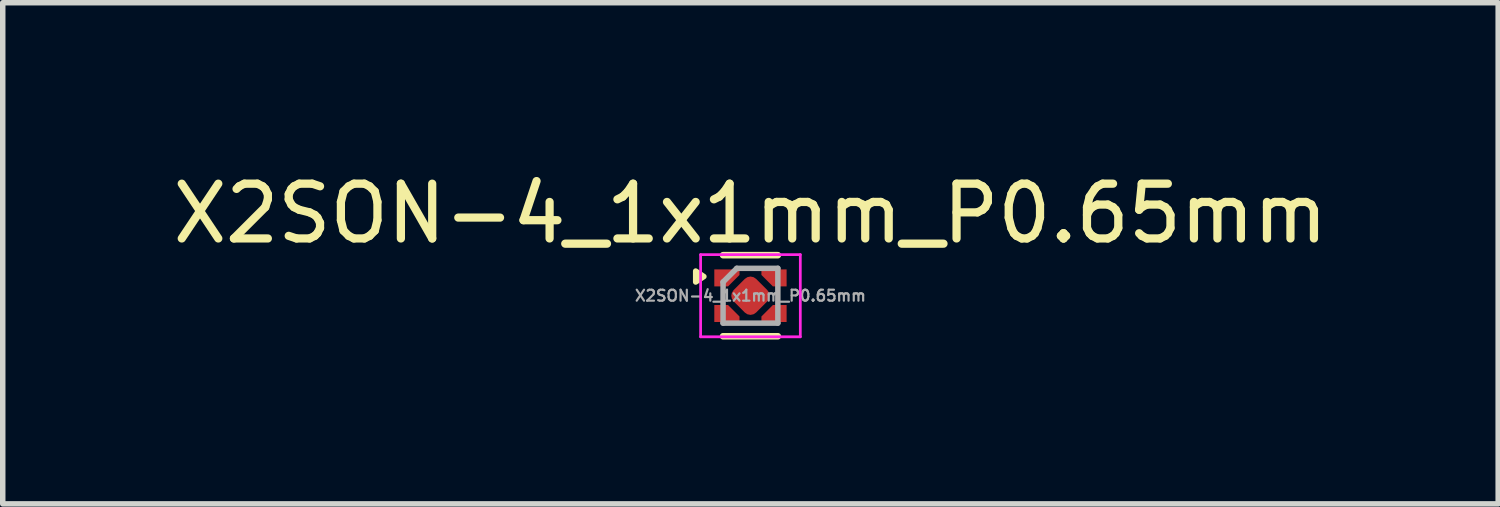
<source format=kicad_pcb>
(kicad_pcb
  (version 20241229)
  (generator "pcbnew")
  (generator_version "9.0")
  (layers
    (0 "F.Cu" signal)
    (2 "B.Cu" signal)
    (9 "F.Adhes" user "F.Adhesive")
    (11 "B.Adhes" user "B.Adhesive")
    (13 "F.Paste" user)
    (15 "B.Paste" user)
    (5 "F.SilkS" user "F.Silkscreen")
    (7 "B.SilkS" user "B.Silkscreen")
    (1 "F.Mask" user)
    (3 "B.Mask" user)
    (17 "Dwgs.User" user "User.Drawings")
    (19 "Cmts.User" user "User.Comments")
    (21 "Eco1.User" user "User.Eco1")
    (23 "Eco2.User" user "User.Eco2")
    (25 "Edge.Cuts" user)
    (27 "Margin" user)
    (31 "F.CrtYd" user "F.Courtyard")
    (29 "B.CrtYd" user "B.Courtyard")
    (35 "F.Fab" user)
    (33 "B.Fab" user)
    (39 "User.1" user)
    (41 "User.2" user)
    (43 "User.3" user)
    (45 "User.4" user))
  (footprint "X2SON-4_1x1mm_P0.65mm"
    (layer "F.Cu")
    (at 10.649 2.348)
    (property "Reference" "X2SON-4_1x1mm_P0.65mm" (at 0 -1.5 0) (layer "F.SilkS") (effects (font (size 1 1) (thickness 0.15))))
    (attr smd)
    (fp_line (start -0.5 -0.74) (end 0.5 -0.74) (stroke (width 0.12) (type solid)) (layer "F.SilkS"))
    (fp_line (start -0.5 0.74) (end 0.5 0.74) (stroke (width 0.12) (type solid)) (layer "F.SilkS"))
    (fp_poly (pts (xy -0.85 -0.35) (xy -1 -0.45) (xy -1 -0.25)) (stroke (width 0.1) (type solid)) (fill yes) (layer "F.SilkS"))
    (fp_line (start -0.91 -0.75) (end 0.91 -0.75) (stroke (width 0.05) (type solid)) (layer "F.CrtYd"))
    (fp_line (start -0.91 0.75) (end -0.91 -0.75) (stroke (width 0.05) (type solid)) (layer "F.CrtYd"))
    (fp_line (start 0.91 -0.75) (end 0.91 0.75) (stroke (width 0.05) (type solid)) (layer "F.CrtYd"))
    (fp_line (start 0.91 0.75) (end -0.91 0.75) (stroke (width 0.05) (type solid)) (layer "F.CrtYd"))
    (fp_line (start -0.5 -0.25) (end -0.25 -0.5) (stroke (width 0.1) (type solid)) (layer "F.Fab"))
    (fp_line (start -0.5 0.5) (end -0.5 -0.25) (stroke (width 0.1) (type solid)) (layer "F.Fab"))
    (fp_line (start -0.25 -0.5) (end 0.5 -0.5) (stroke (width 0.1) (type solid)) (layer "F.Fab"))
    (fp_line (start 0.5 -0.5) (end 0.5 0.5) (stroke (width 0.1) (type solid)) (layer "F.Fab"))
    (fp_line (start 0.5 0.5) (end -0.5 0.5) (stroke (width 0.1) (type solid)) (layer "F.Fab"))
    (fp_text user "${REFERENCE}" (at 0 0 0) (layer "F.Fab") (effects (font (size 0.2 0.2) (thickness 0.04))))
    (pad "" smd custom (at -0.43 -0.325) (size 0.148 0.148) (layers "F.Mask") (options (anchor circle)) (primitives (gr_poly (pts (xy 0.18 -0.075) (xy 0 0.105) (xy -0.18 0.105) (xy -0.18 -0.105) (xy 0.18 -0.105)) (width 0) (fill yes))))
    (pad "" smd custom (at -0.43 -0.325) (size 0.148 0.148) (layers "F.Paste") (options (anchor circle)) (primitives (gr_poly (pts (xy 0.18 -0.075) (xy 0 0.105) (xy -0.22 0.105) (xy -0.22 -0.105) (xy 0.18 -0.105)) (width 0) (fill yes))))
    (pad "" smd custom (at -0.43 0.325) (size 0.148 0.148) (layers "F.Mask") (options (anchor circle)) (primitives (gr_poly (pts (xy 0.18 0.075) (xy 0.18 0.105) (xy -0.18 0.105) (xy -0.18 -0.105) (xy 0 -0.105)) (width 0) (fill yes))))
    (pad "" smd custom (at -0.43 0.325) (size 0.148 0.148) (layers "F.Paste") (options (anchor circle)) (primitives (gr_poly (pts (xy 0.18 0.075) (xy 0.18 0.105) (xy -0.22 0.105) (xy -0.22 -0.105) (xy 0 -0.105)) (width 0) (fill yes))))
    (pad "" smd custom (at 0.43 -0.325) (size 0.148 0.148) (layers "F.Mask") (options (anchor circle)) (primitives (gr_poly (pts (xy 0.18 0.105) (xy 0 0.105) (xy -0.18 -0.075) (xy -0.18 -0.105) (xy 0.18 -0.105)) (width 0) (fill yes))))
    (pad "" smd custom (at 0.43 -0.325) (size 0.148 0.148) (layers "F.Paste") (options (anchor circle)) (primitives (gr_poly (pts (xy 0.22 0.105) (xy 0 0.105) (xy -0.18 -0.075) (xy -0.18 -0.105) (xy 0.22 -0.105)) (width 0) (fill yes))))
    (pad "" smd custom (at 0.43 0.325) (size 0.148 0.148) (layers "F.Mask") (options (anchor circle)) (primitives (gr_poly (pts (xy 0.18 0.105) (xy -0.18 0.105) (xy -0.18 0.075) (xy 0 -0.105) (xy 0.18 -0.105)) (width 0) (fill yes))))
    (pad "" smd custom (at 0.43 0.325) (size 0.148 0.148) (layers "F.Paste") (options (anchor circle)) (primitives (gr_poly (pts (xy 0.22 0.105) (xy -0.18 0.105) (xy -0.18 0.075) (xy 0 -0.105) (xy 0.22 -0.105)) (width 0) (fill yes))))
    (pad "1" smd custom (at -0.43 -0.325) (size 0.148 0.148) (layers "F.Cu") (options (anchor circle)) (primitives (gr_poly (pts (xy 0.23 -0.054) (xy 0.021 0.155) (xy -0.23 0.155) (xy -0.23 -0.155) (xy 0.23 -0.155)) (width 0) (fill yes))))
    (pad "2" smd custom (at -0.43 0.325) (size 0.148 0.148) (layers "F.Cu") (options (anchor circle)) (primitives (gr_poly (pts (xy 0.23 0.054) (xy 0.23 0.155) (xy -0.23 0.155) (xy -0.23 -0.155) (xy 0.021 -0.155)) (width 0) (fill yes))))
    (pad "3" smd custom (at 0.43 0.325) (size 0.148 0.148) (layers "F.Cu") (options (anchor circle)) (primitives (gr_poly (pts (xy 0.23 0.155) (xy -0.23 0.155) (xy -0.23 0.054) (xy -0.021 -0.155) (xy 0.23 -0.155)) (width 0) (fill yes))))
    (pad "4" smd custom (at 0.43 -0.325) (size 0.148 0.148) (layers "F.Cu") (options (anchor circle)) (primitives (gr_poly (pts (xy 0.23 0.155) (xy -0.021 0.155) (xy -0.23 -0.054) (xy -0.23 -0.155) (xy 0.23 -0.155)) (width 0) (fill yes))))
    (pad "5" smd roundrect (at 0 0 45) (size 0.58 0.58) (layers "F.Cu" "F.Mask" "F.Paste") (roundrect_rratio 0.25)))
  (gr_rect
    (start -3 -3)
    (end 24.298 6.148)
    (stroke (width 0.1) (type default))
    (fill no)
    (layer "Edge.Cuts")))
</source>
